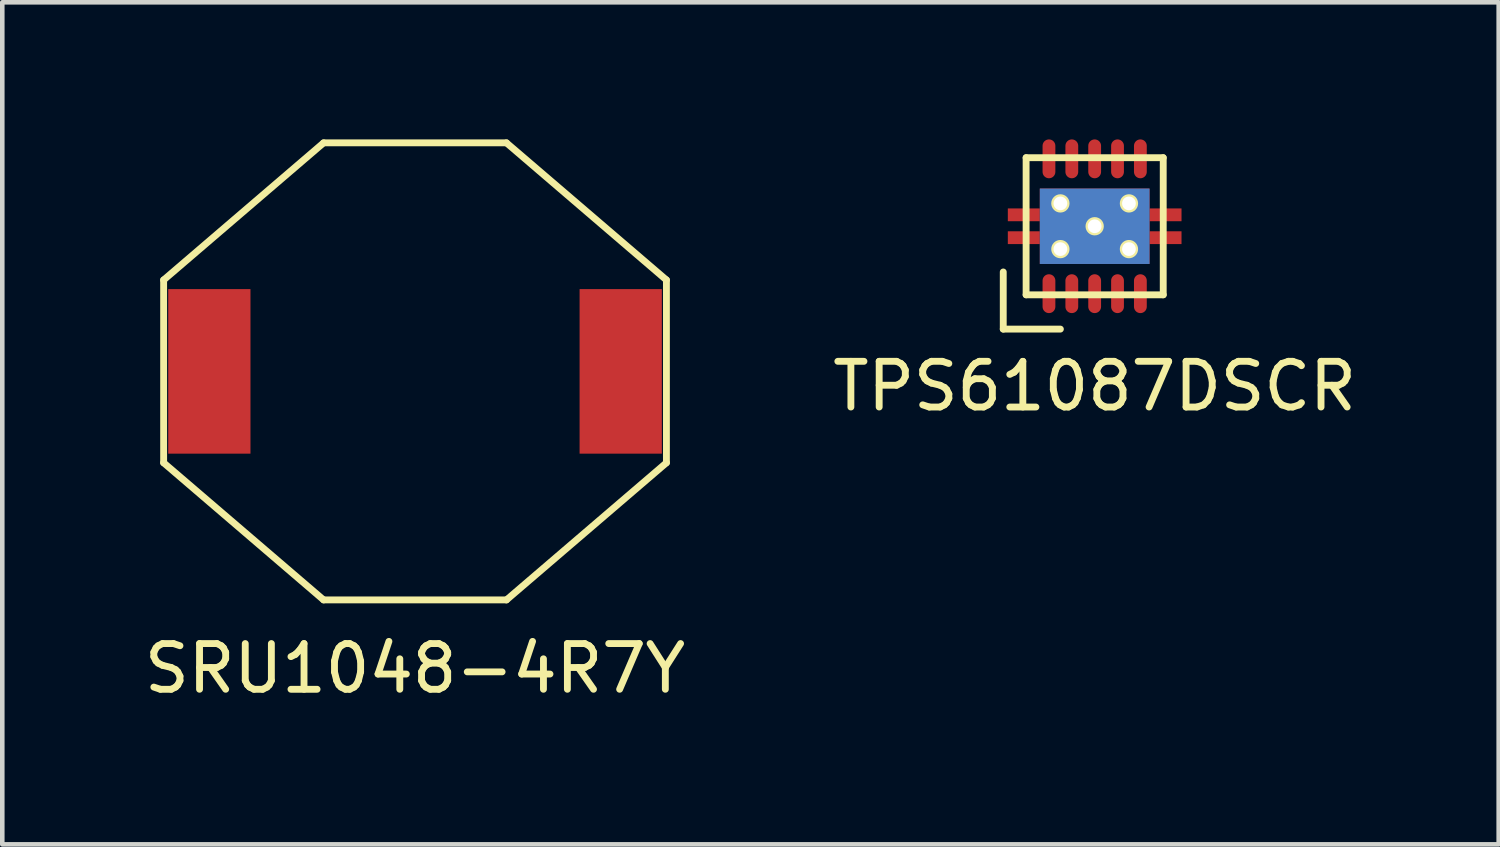
<source format=kicad_pcb>
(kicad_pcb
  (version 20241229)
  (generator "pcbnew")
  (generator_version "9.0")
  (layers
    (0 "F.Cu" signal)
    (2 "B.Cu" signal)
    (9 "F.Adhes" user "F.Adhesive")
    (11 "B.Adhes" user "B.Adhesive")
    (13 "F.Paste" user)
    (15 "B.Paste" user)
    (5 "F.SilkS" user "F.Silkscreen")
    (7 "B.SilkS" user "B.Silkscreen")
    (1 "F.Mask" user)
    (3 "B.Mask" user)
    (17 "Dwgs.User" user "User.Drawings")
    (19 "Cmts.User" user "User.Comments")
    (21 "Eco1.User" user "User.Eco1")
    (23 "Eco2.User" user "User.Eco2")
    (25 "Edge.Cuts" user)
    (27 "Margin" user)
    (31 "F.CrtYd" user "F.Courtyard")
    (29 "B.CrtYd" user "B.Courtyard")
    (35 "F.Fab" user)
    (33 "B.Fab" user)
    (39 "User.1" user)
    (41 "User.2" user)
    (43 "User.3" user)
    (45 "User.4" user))
  (footprint "SRU1048-4R7Y"
    (layer "F.Cu")
    (at 6.03 5.075)
    (property "Reference" "SRU1048-4R7Y" (at 0 6.5 0) (layer "F.SilkS") (effects (font (size 1 1) (thickness 0.15))))
    (attr through_hole)
    (fp_line (start -5.5 -2) (end -5.5 2) (stroke (width 0.15) (type solid)) (layer "F.SilkS"))
    (fp_line (start -5.5 -2) (end -2 -5) (stroke (width 0.15) (type solid)) (layer "F.SilkS"))
    (fp_line (start -5.5 2) (end -2 5) (stroke (width 0.15) (type solid)) (layer "F.SilkS"))
    (fp_line (start -2 -5) (end 2 -5) (stroke (width 0.15) (type solid)) (layer "F.SilkS"))
    (fp_line (start -2 5) (end 2 5) (stroke (width 0.15) (type solid)) (layer "F.SilkS"))
    (fp_line (start 2 -5) (end 5.5 -2) (stroke (width 0.15) (type solid)) (layer "F.SilkS"))
    (fp_line (start 5.5 -2) (end 5.5 2) (stroke (width 0.15) (type solid)) (layer "F.SilkS"))
    (fp_line (start 5.5 2) (end 2 5) (stroke (width 0.15) (type solid)) (layer "F.SilkS"))
    (pad "1" smd rect (at -4.5 0) (size 1.8 3.6) (layers "F.Cu" "F.Mask" "F.Paste"))
    (pad "2" smd rect (at 4.5 0) (size 1.8 3.6) (layers "F.Cu" "F.Mask" "F.Paste")))
  (footprint "TPS61087DSCR"
    (layer "F.Cu")
    (at 20.899 1.9)
    (property "Reference" "TPS61087DSCR" (at 0 3.5 0) (layer "F.SilkS") (effects (font (size 1 1) (thickness 0.15))))
    (attr through_hole)
    (fp_line (start -2 1) (end -2 2.25) (stroke (width 0.15) (type solid)) (layer "F.SilkS"))
    (fp_line (start -2 2.25) (end -0.75 2.25) (stroke (width 0.15) (type solid)) (layer "F.SilkS"))
    (fp_line (start -1.5 -1.5) (end -1.5 1.5) (stroke (width 0.15) (type solid)) (layer "F.SilkS"))
    (fp_line (start -1.5 1.5) (end 1.5 1.5) (stroke (width 0.15) (type solid)) (layer "F.SilkS"))
    (fp_line (start 1.5 -1.5) (end -1.5 -1.5) (stroke (width 0.15) (type solid)) (layer "F.SilkS"))
    (fp_line (start 1.5 1.5) (end 1.5 -1.5) (stroke (width 0.15) (type solid)) (layer "F.SilkS"))
    (pad "1" smd oval (at -1 1.475) (size 0.28 0.85) (layers "F.Cu" "F.Mask" "F.Paste"))
    (pad "2" smd oval (at -0.5 1.475) (size 0.28 0.85) (layers "F.Cu" "F.Mask" "F.Paste"))
    (pad "3" smd oval (at 0 1.475) (size 0.28 0.85) (layers "F.Cu" "F.Mask" "F.Paste"))
    (pad "4" smd oval (at 0.5 1.475) (size 0.28 0.85) (layers "F.Cu" "F.Mask" "F.Paste"))
    (pad "5" smd oval (at 1 1.475) (size 0.28 0.85) (layers "F.Cu" "F.Mask" "F.Paste"))
    (pad "6" smd oval (at 1 -1.475) (size 0.28 0.85) (layers "F.Cu" "F.Mask" "F.Paste"))
    (pad "7" smd oval (at 0.5 -1.475) (size 0.28 0.85) (layers "F.Cu" "F.Mask" "F.Paste"))
    (pad "8" smd oval (at 0 -1.475) (size 0.28 0.85) (layers "F.Cu" "F.Mask" "F.Paste"))
    (pad "9" smd oval (at -0.5 -1.475) (size 0.28 0.85) (layers "F.Cu" "F.Mask" "F.Paste"))
    (pad "10" smd oval (at -1 -1.475) (size 0.28 0.85) (layers "F.Cu" "F.Mask" "F.Paste"))
    (pad "11" smd rect (at -1.55 -0.25) (size 0.7 0.28) (layers "F.Cu" "F.Mask" "F.Paste"))
    (pad "11" smd rect (at -1.55 0.25) (size 0.7 0.28) (layers "F.Cu" "F.Mask" "F.Paste"))
    (pad "11" thru_hole circle (at -0.75 -0.5) (size 0.4 0.4) (drill 0.3) (layers "*.Cu" "*.Mask" "F.SilkS"))
    (pad "11" thru_hole circle (at -0.75 0.5) (size 0.4 0.4) (drill 0.3) (layers "*.Cu" "*.Mask" "F.SilkS"))
    (pad "11" thru_hole circle (at 0 0) (size 0.4 0.4) (drill 0.3) (layers "*.Cu" "*.Mask" "F.SilkS"))
    (pad "11" smd rect (at 0 0) (size 2.4 1.65) (layers "*.Cu" "F.Mask" "F.Paste"))
    (pad "11" thru_hole circle (at 0.75 -0.5) (size 0.4 0.4) (drill 0.3) (layers "*.Cu" "*.Mask" "F.SilkS"))
    (pad "11" thru_hole circle (at 0.75 0.5) (size 0.4 0.4) (drill 0.3) (layers "*.Cu" "*.Mask" "F.SilkS"))
    (pad "11" smd rect (at 1.55 -0.25) (size 0.7 0.28) (layers "F.Cu" "F.Mask" "F.Paste"))
    (pad "11" smd rect (at 1.55 0.25) (size 0.7 0.28) (layers "F.Cu" "F.Mask" "F.Paste")))
  (gr_rect
    (start -3 -3)
    (end 29.738 15.423)
    (stroke (width 0.1) (type default))
    (fill no)
    (layer "Edge.Cuts")))
</source>
